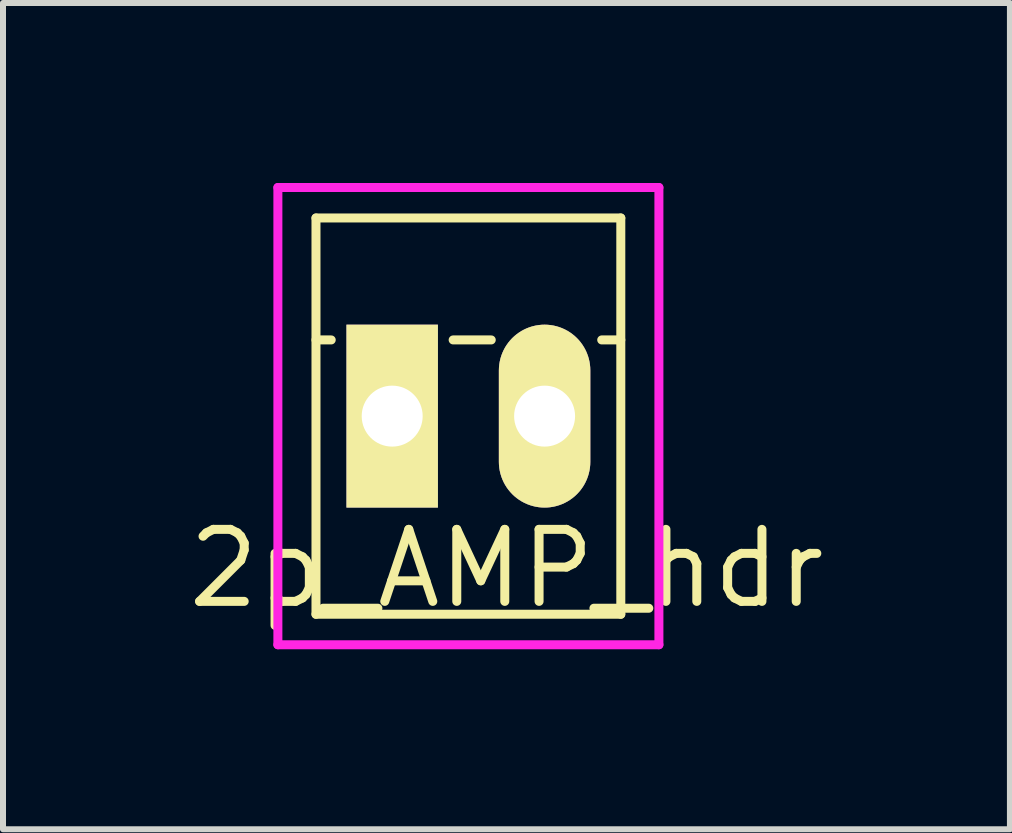
<source format=kicad_pcb>
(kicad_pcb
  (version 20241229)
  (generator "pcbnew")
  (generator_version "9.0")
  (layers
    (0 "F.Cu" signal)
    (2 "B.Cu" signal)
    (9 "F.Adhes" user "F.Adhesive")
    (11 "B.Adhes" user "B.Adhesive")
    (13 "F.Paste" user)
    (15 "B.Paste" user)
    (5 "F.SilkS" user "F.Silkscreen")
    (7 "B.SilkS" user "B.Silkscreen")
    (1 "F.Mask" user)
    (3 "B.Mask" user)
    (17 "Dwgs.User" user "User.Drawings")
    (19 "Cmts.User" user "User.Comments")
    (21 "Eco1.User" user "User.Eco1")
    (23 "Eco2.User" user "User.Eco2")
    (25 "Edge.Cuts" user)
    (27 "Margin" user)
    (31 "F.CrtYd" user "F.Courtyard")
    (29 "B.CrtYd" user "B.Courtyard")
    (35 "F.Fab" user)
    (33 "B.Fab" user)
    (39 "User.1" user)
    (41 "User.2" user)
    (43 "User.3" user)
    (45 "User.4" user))
  (footprint "2p_AMP_hdr"
    (layer "F.Cu")
    (at 7.296 3.885)
    (property "Reference" "2p_AMP_hdr" (at -1.905 2.54 0) (layer "F.SilkS") (effects (font (size 1.2 1.2) (thickness 0.15))))
    (attr through_hole)
    (fp_line (start -5.08 -3.302) (end 0 -3.302) (stroke (width 0.15) (type solid)) (layer "F.SilkS"))
    (fp_line (start -5.08 3.302) (end -5.08 -3.302) (stroke (width 0.15) (type solid)) (layer "F.SilkS"))
    (fp_line (start -5.08 3.302) (end 0 3.302) (stroke (width 0.15) (type solid)) (layer "F.SilkS"))
    (fp_line (start -4.826 -1.27) (end -5.08 -1.27) (stroke (width 0.15) (type solid)) (layer "F.SilkS"))
    (fp_line (start -2.794 -1.27) (end -2.159 -1.27) (stroke (width 0.15) (type solid)) (layer "F.SilkS"))
    (fp_line (start -0.318 -1.27) (end 0 -1.27) (stroke (width 0.15) (type solid)) (layer "F.SilkS"))
    (fp_line (start 0 -3.302) (end 0 3.302) (stroke (width 0.15) (type solid)) (layer "F.SilkS"))
    (fp_line (start -5.715 -3.81) (end -5.715 3.81) (stroke (width 0.15) (type solid)) (layer "F.CrtYd"))
    (fp_line (start -5.715 3.81) (end 0.635 3.81) (stroke (width 0.15) (type solid)) (layer "F.CrtYd"))
    (fp_line (start 0.635 -3.81) (end -5.715 -3.81) (stroke (width 0.15) (type solid)) (layer "F.CrtYd"))
    (fp_line (start 0.635 3.81) (end 0.635 -3.81) (stroke (width 0.15) (type solid)) (layer "F.CrtYd"))
    (pad "1" thru_hole rect (at -3.81 0) (size 1.524 3.048) (drill 1.016) (layers "*.Cu" "*.Mask" "F.SilkS"))
    (pad "2" thru_hole oval (at -1.27 0) (size 1.524 3.048) (drill 1.016) (layers "*.Cu" "*.Mask" "F.SilkS")))
  (gr_rect
    (start -3 -3)
    (end 13.781 10.77)
    (stroke (width 0.1) (type default))
    (fill no)
    (layer "Edge.Cuts")))
</source>
